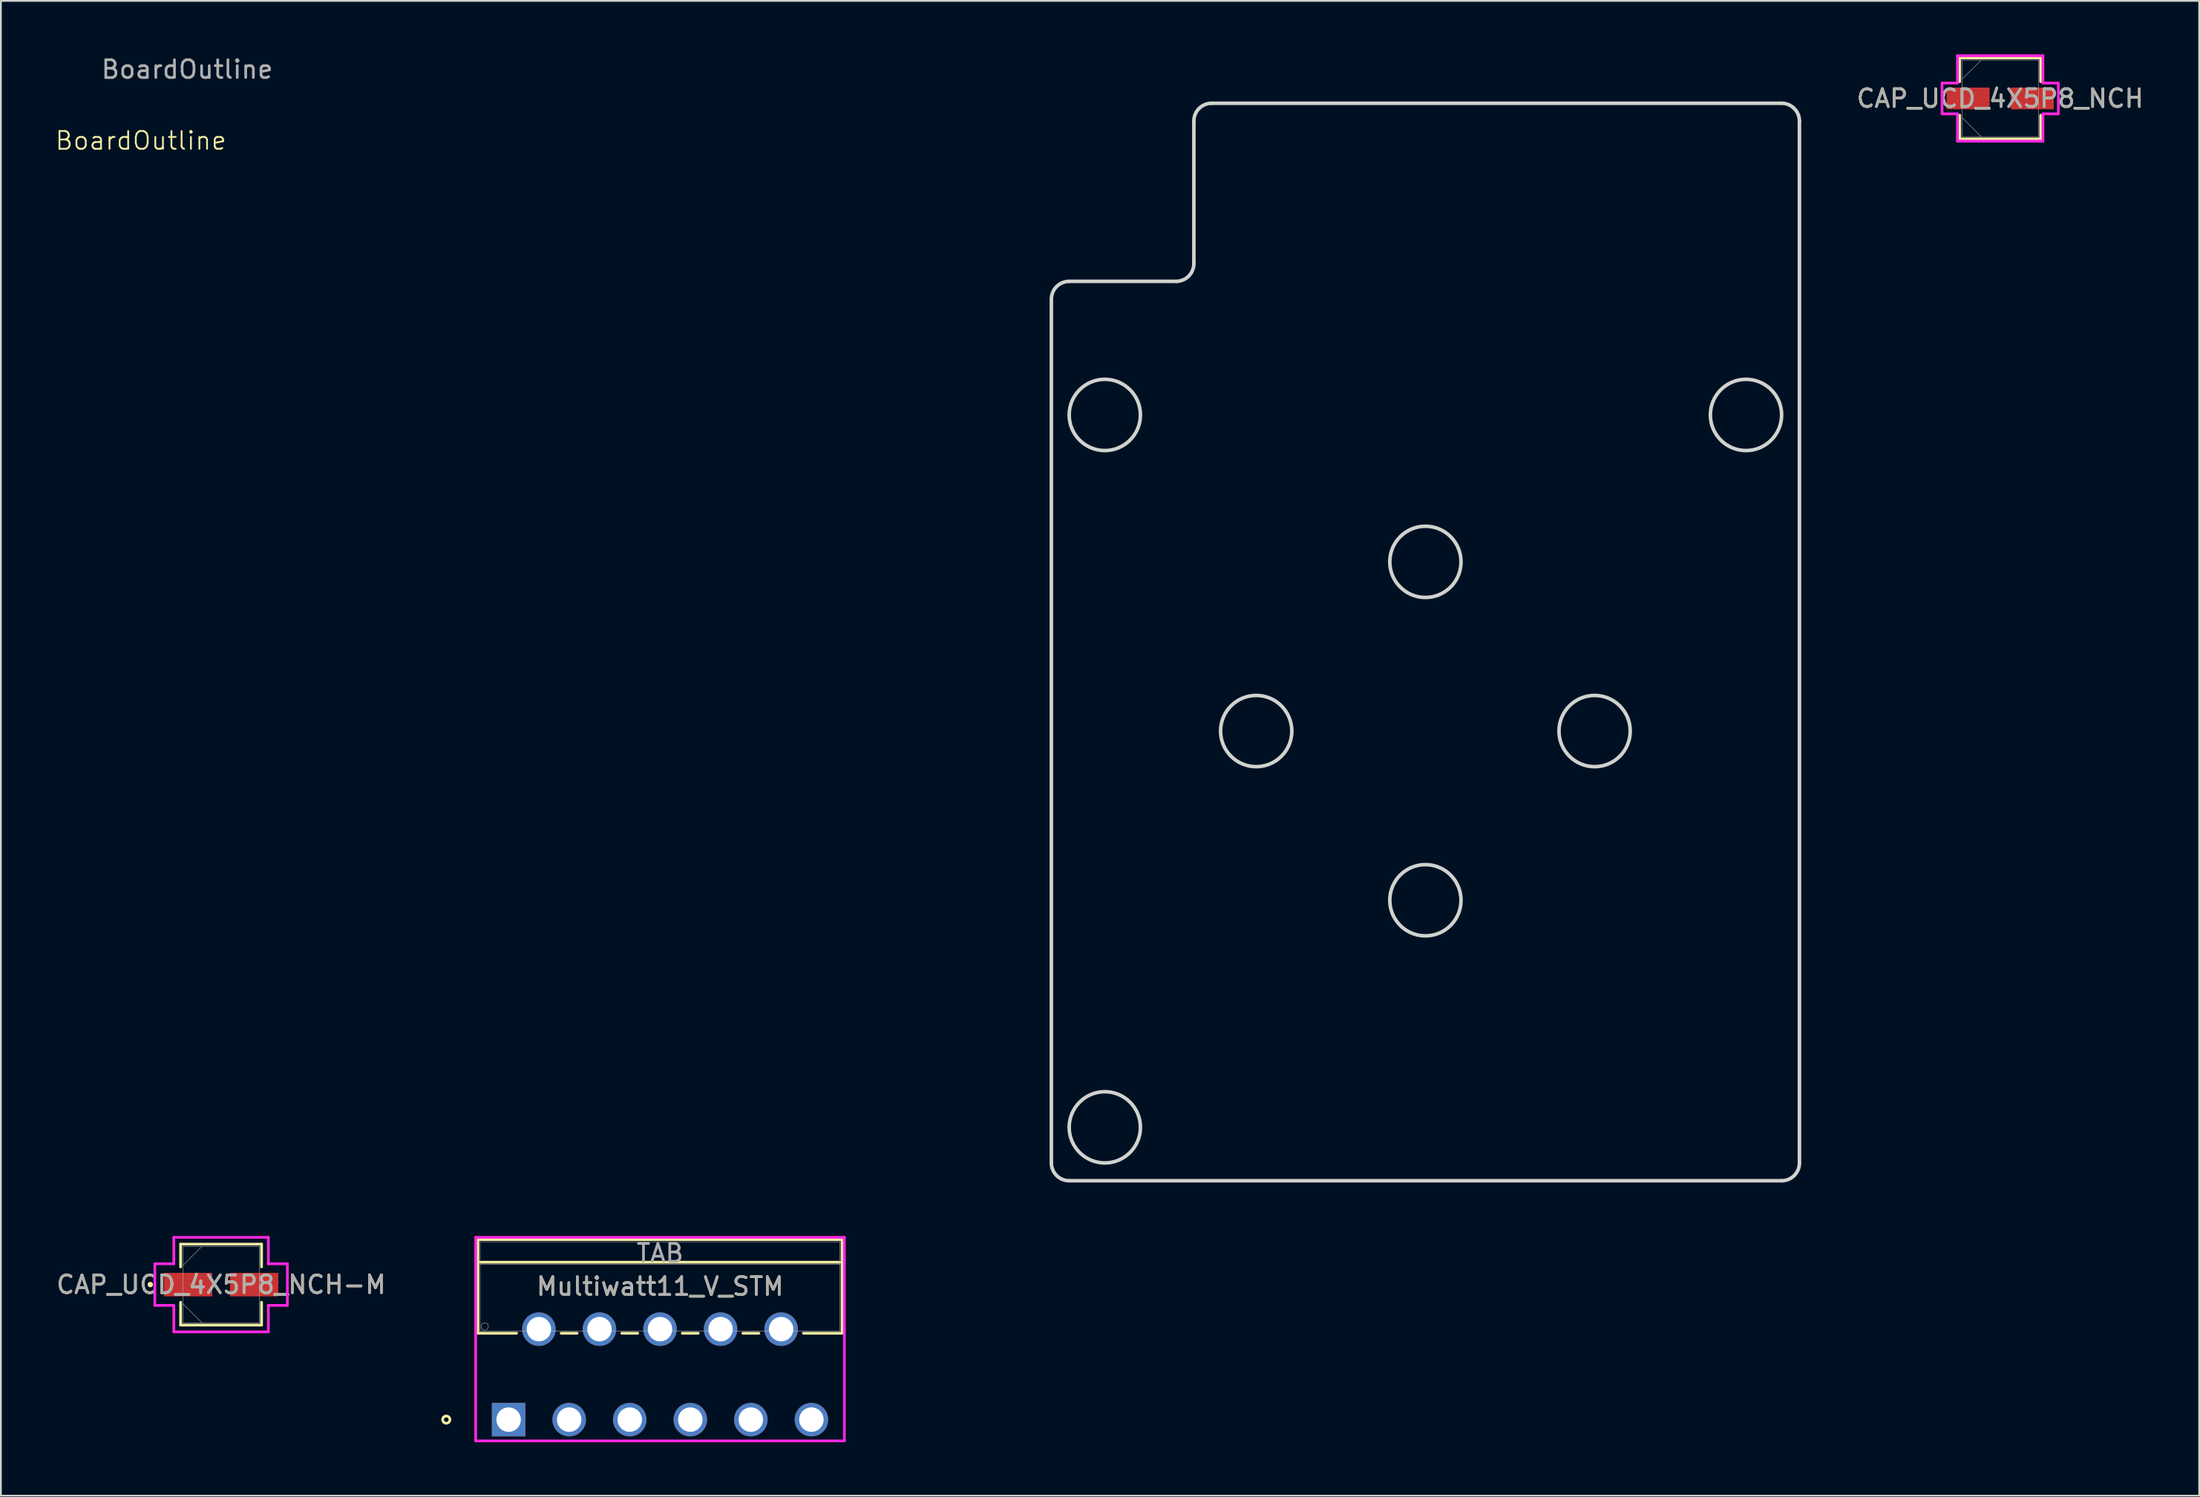
<source format=kicad_pcb>
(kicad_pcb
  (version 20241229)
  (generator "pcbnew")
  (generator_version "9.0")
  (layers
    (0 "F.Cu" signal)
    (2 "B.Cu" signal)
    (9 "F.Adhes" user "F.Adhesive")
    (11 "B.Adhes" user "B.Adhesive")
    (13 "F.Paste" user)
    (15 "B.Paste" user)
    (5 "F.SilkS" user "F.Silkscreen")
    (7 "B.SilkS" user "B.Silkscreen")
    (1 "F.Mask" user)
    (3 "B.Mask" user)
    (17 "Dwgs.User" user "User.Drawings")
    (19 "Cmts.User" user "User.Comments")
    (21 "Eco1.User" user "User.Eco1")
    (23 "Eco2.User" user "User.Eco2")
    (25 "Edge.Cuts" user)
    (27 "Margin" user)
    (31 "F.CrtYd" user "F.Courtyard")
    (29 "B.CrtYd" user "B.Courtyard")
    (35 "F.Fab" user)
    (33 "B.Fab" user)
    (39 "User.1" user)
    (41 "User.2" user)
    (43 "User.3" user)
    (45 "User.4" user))
  (footprint "BoardOutline"
    (layer "F.Cu")
    (at 76.98 37.998)
    (property "Reference" "BoardOutline" (at -72.12 -33.15 0) (unlocked yes) (layer "F.SilkS") (effects (font (size 1 1) (thickness 0.1))))
    (attr smd)
    (fp_line (start -21 -24.25) (end -21 24.25) (stroke (width 0.2) (type default)) (layer "Edge.Cuts"))
    (fp_line (start -20 -25.25) (end -14 -25.25) (stroke (width 0.2) (type default)) (layer "Edge.Cuts"))
    (fp_line (start -20 25.25) (end 20 25.25) (stroke (width 0.2) (type default)) (layer "Edge.Cuts"))
    (fp_line (start -13 -26.25) (end -13 -34.25) (stroke (width 0.2) (type default)) (layer "Edge.Cuts"))
    (fp_line (start -12 -35.25) (end 20 -35.25) (stroke (width 0.2) (type default)) (layer "Edge.Cuts"))
    (fp_line (start 21 -34.25) (end 21 24.25) (stroke (width 0.2) (type default)) (layer "Edge.Cuts"))
    (fp_arc (start -21 -24.250001) (mid -20.707107 -24.957107) (end -20.000002 -25.25) (stroke (width 0.2) (type default)) (layer "Edge.Cuts"))
    (fp_arc (start -20.000001 25.25) (mid -20.707107 24.957107) (end -21 24.250002) (stroke (width 0.2) (type default)) (layer "Edge.Cuts"))
    (fp_arc (start -13 -34.250001) (mid -12.707107 -34.957107) (end -12.000002 -35.25) (stroke (width 0.2) (type default)) (layer "Edge.Cuts"))
    (fp_arc (start -13 -26.25) (mid -13.292893 -25.542893) (end -13.999998 -25.25) (stroke (width 0.2) (type default)) (layer "Edge.Cuts"))
    (fp_arc (start 20 -35.25) (mid 20.707107 -34.957107) (end 21 -34.25) (stroke (width 0.2) (type default)) (layer "Edge.Cuts"))
    (fp_arc (start 21 24.25) (mid 20.707107 24.957107) (end 20 25.25) (stroke (width 0.2) (type default)) (layer "Edge.Cuts"))
    (fp_circle (center -18 -17.75) (end -16 -17.75) (stroke (width 0.2) (type default)) (fill no) (layer "Edge.Cuts"))
    (fp_circle (center -18 22.25) (end -16 22.25) (stroke (width 0.2) (type default)) (fill no) (layer "Edge.Cuts"))
    (fp_circle (center -9.5 0) (end -7.5 0) (stroke (width 0.2) (type default)) (fill no) (layer "Edge.Cuts"))
    (fp_circle (center 0 -9.5) (end 2 -9.5) (stroke (width 0.2) (type default)) (fill no) (layer "Edge.Cuts"))
    (fp_circle (center 0 9.5) (end 2 9.5) (stroke (width 0.2) (type default)) (fill no) (layer "Edge.Cuts"))
    (fp_circle (center 9.5 0) (end 11.5 0) (stroke (width 0.2) (type default)) (fill no) (layer "Edge.Cuts"))
    (fp_circle (center 18 -17.75) (end 20 -17.75) (stroke (width 0.2) (type default)) (fill no) (layer "Edge.Cuts"))
    (fp_text user "${REFERENCE}" (at -69.52 -37.15 0) (unlocked yes) (layer "F.Fab") (effects (font (size 1 1) (thickness 0.15)))))
  (footprint "CAP_UCD_4X5P8_NCH"
    (layer "F.Cu")
    (at 109.252 2.477)
    (property "Reference" "CAP_UCD_4X5P8_NCH" (at 0 0 0) (unlocked yes) (layer "F.SilkS") (effects (font (size 1 1) (thickness 0.15))))
    (attr smd)
    (fp_line (start -2.273 -2.273) (end -2.273 -0.942) (stroke (width 0.152) (type solid)) (layer "F.SilkS"))
    (fp_line (start -2.273 0.942) (end -2.273 2.273) (stroke (width 0.152) (type solid)) (layer "F.SilkS"))
    (fp_line (start -2.273 2.273) (end 2.273 2.273) (stroke (width 0.152) (type solid)) (layer "F.SilkS"))
    (fp_line (start 2.273 -2.273) (end -2.273 -2.273) (stroke (width 0.152) (type solid)) (layer "F.SilkS"))
    (fp_line (start 2.273 -0.942) (end 2.273 -2.273) (stroke (width 0.152) (type solid)) (layer "F.SilkS"))
    (fp_line (start 2.273 2.273) (end 2.273 0.942) (stroke (width 0.152) (type solid)) (layer "F.SilkS"))
    (fp_line (start -3.264 -0.864) (end -2.4 -0.864) (stroke (width 0.152) (type solid)) (layer "F.CrtYd"))
    (fp_line (start -3.264 0.864) (end -3.264 -0.864) (stroke (width 0.152) (type solid)) (layer "F.CrtYd"))
    (fp_line (start -2.4 -2.4) (end 2.4 -2.4) (stroke (width 0.152) (type solid)) (layer "F.CrtYd"))
    (fp_line (start -2.4 -0.864) (end -2.4 -2.4) (stroke (width 0.152) (type solid)) (layer "F.CrtYd"))
    (fp_line (start -2.4 0.864) (end -3.264 0.864) (stroke (width 0.152) (type solid)) (layer "F.CrtYd"))
    (fp_line (start -2.4 2.4) (end -2.4 0.864) (stroke (width 0.152) (type solid)) (layer "F.CrtYd"))
    (fp_line (start 2.4 -2.4) (end 2.4 -0.864) (stroke (width 0.152) (type solid)) (layer "F.CrtYd"))
    (fp_line (start 2.4 -0.864) (end 3.264 -0.864) (stroke (width 0.152) (type solid)) (layer "F.CrtYd"))
    (fp_line (start 2.4 0.864) (end 2.4 2.4) (stroke (width 0.152) (type solid)) (layer "F.CrtYd"))
    (fp_line (start 2.4 2.4) (end -2.4 2.4) (stroke (width 0.152) (type solid)) (layer "F.CrtYd"))
    (fp_line (start 3.264 -0.864) (end 3.264 0.864) (stroke (width 0.152) (type solid)) (layer "F.CrtYd"))
    (fp_line (start 3.264 0.864) (end 2.4 0.864) (stroke (width 0.152) (type solid)) (layer "F.CrtYd"))
    (fp_line (start -2.146 -2.146) (end -2.146 2.146) (stroke (width 0.025) (type solid)) (layer "F.Fab"))
    (fp_line (start -2.146 -1.073) (end -1.073 -2.146) (stroke (width 0.025) (type solid)) (layer "F.Fab"))
    (fp_line (start -2.146 1.073) (end -1.073 2.146) (stroke (width 0.025) (type solid)) (layer "F.Fab"))
    (fp_line (start -2.146 2.146) (end 2.146 2.146) (stroke (width 0.025) (type solid)) (layer "F.Fab"))
    (fp_line (start 2.146 -2.146) (end -2.146 -2.146) (stroke (width 0.025) (type solid)) (layer "F.Fab"))
    (fp_line (start 2.146 2.146) (end 2.146 -2.146) (stroke (width 0.025) (type solid)) (layer "F.Fab"))
    (fp_circle (center -1.638 0) (end -1.638 0) (stroke (width 0.025) (type solid)) (fill no) (layer "F.Fab"))
    (fp_text user "${REFERENCE}" (at 0 0 0) (unlocked yes) (layer "F.Fab") (effects (font (size 1 1) (thickness 0.15))))
    (pad "1" smd rect (at -1.803 0) (size 2.413 1.219) (layers "F.Cu" "F.Mask" "F.Paste"))
    (pad "2" smd rect (at 1.803 0) (size 2.413 1.219) (layers "F.Cu" "F.Mask" "F.Paste"))
    (zone (net_name "") (layer "F.Cu") (hatch full 0.508) (connect_pads) (min_thickness 0.254) (filled_areas_thickness no) (keepout (tracks not_allowed) (vias not_allowed) (pads allowed) (copperpour not_allowed) (footprints allowed)) (placement (enabled no)) (fill) (polygon (pts (xy 107.157 0.381) (xy 111.348 0.381) (xy 111.348 1.816) (xy 107.157 1.816))))
    (zone (net_name "") (layer "F.Cu") (hatch full 0.508) (connect_pads) (min_thickness 0.254) (filled_areas_thickness no) (keepout (tracks not_allowed) (vias not_allowed) (pads allowed) (copperpour not_allowed) (footprints allowed)) (placement (enabled no)) (fill) (polygon (pts (xy 107.157 3.137) (xy 111.348 3.137) (xy 111.348 4.572) (xy 107.157 4.572))))
    (zone (net_name "") (layer "F.Cu") (hatch full 0.508) (connect_pads) (min_thickness 0.254) (filled_areas_thickness no) (keepout (tracks not_allowed) (vias not_allowed) (pads allowed) (copperpour not_allowed) (footprints allowed)) (placement (enabled no)) (fill) (polygon (pts (xy 108.706 1.816) (xy 109.798 1.816) (xy 109.798 3.137) (xy 108.706 3.137)))))
  (footprint "Multiwatt11_V_STM"
    (layer "F.Cu")
    (at 25.507 76.661)
    (property "Reference" "Multiwatt11_V_STM" (at 8.5 -7.48 0) (unlocked yes) (layer "F.SilkS") (effects (font (size 1 1) (thickness 0.15))))
    (attr through_hole)
    (fp_line (start -1.723 -10.109) (end -1.723 -4.851) (stroke (width 0.152) (type solid)) (layer "F.SilkS"))
    (fp_line (start -1.723 -4.851) (end 0.448 -4.851) (stroke (width 0.152) (type solid)) (layer "F.SilkS"))
    (fp_line (start -1.596 -8.839) (end 18.597 -8.839) (stroke (width 0.152) (type solid)) (layer "F.SilkS"))
    (fp_line (start 2.952 -4.851) (end 3.848 -4.851) (stroke (width 0.152) (type solid)) (layer "F.SilkS"))
    (fp_line (start 6.352 -4.851) (end 7.248 -4.851) (stroke (width 0.152) (type solid)) (layer "F.SilkS"))
    (fp_line (start 9.752 -4.851) (end 10.648 -4.851) (stroke (width 0.152) (type solid)) (layer "F.SilkS"))
    (fp_line (start 13.152 -4.851) (end 14.048 -4.851) (stroke (width 0.152) (type solid)) (layer "F.SilkS"))
    (fp_line (start 16.552 -4.851) (end 18.724 -4.851) (stroke (width 0.152) (type solid)) (layer "F.SilkS"))
    (fp_line (start 18.724 -10.109) (end -1.723 -10.109) (stroke (width 0.152) (type solid)) (layer "F.SilkS"))
    (fp_line (start 18.724 -4.851) (end 18.724 -10.109) (stroke (width 0.152) (type solid)) (layer "F.SilkS"))
    (fp_circle (center -3.501 0) (end -3.298 0) (stroke (width 0.152) (type solid)) (fill no) (layer "F.SilkS"))
    (fp_line (start -1.85 -10.236) (end -1.85 1.194) (stroke (width 0.152) (type solid)) (layer "F.CrtYd"))
    (fp_line (start -1.85 1.194) (end 18.851 1.194) (stroke (width 0.152) (type solid)) (layer "F.CrtYd"))
    (fp_line (start 18.851 -10.236) (end -1.85 -10.236) (stroke (width 0.152) (type solid)) (layer "F.CrtYd"))
    (fp_line (start 18.851 1.194) (end 18.851 -10.236) (stroke (width 0.152) (type solid)) (layer "F.CrtYd"))
    (fp_line (start -1.596 -9.982) (end -1.596 -4.978) (stroke (width 0.025) (type solid)) (layer "F.Fab"))
    (fp_line (start -1.596 -8.712) (end 18.597 -8.712) (stroke (width 0.025) (type solid)) (layer "F.Fab"))
    (fp_line (start -1.596 -4.978) (end 18.597 -4.978) (stroke (width 0.025) (type solid)) (layer "F.Fab"))
    (fp_line (start 18.597 -9.982) (end -1.596 -9.982) (stroke (width 0.025) (type solid)) (layer "F.Fab"))
    (fp_line (start 18.597 -4.978) (end 18.597 -9.982) (stroke (width 0.025) (type solid)) (layer "F.Fab"))
    (fp_circle (center -1.342 -5.232) (end -1.139 -5.232) (stroke (width 0.025) (type solid)) (fill no) (layer "F.Fab"))
    (fp_text user "${REFERENCE}" (at 8.5 -7.48 0) (unlocked yes) (layer "F.Fab") (effects (font (size 1 1) (thickness 0.15))))
    (fp_text user "TAB" (at 8.5 -9.347 0) (unlocked yes) (layer "F.Fab") (effects (font (size 1 1) (thickness 0.15))))
    (pad "1" thru_hole rect (at 0 0) (size 1.88 1.88) (drill 1.372) (layers "*.Cu" "*.Mask"))
    (pad "2" thru_hole circle (at 1.7 -5.08) (size 1.88 1.88) (drill 1.372) (layers "*.Cu" "*.Mask"))
    (pad "3" thru_hole circle (at 3.4 0) (size 1.88 1.88) (drill 1.372) (layers "*.Cu" "*.Mask"))
    (pad "4" thru_hole circle (at 5.1 -5.08) (size 1.88 1.88) (drill 1.372) (layers "*.Cu" "*.Mask"))
    (pad "5" thru_hole circle (at 6.8 0) (size 1.88 1.88) (drill 1.372) (layers "*.Cu" "*.Mask"))
    (pad "6" thru_hole circle (at 8.5 -5.08) (size 1.88 1.88) (drill 1.372) (layers "*.Cu" "*.Mask"))
    (pad "7" thru_hole circle (at 10.2 0) (size 1.88 1.88) (drill 1.372) (layers "*.Cu" "*.Mask"))
    (pad "8" thru_hole circle (at 11.9 -5.08) (size 1.88 1.88) (drill 1.372) (layers "*.Cu" "*.Mask"))
    (pad "9" thru_hole circle (at 13.6 0) (size 1.88 1.88) (drill 1.372) (layers "*.Cu" "*.Mask"))
    (pad "10" thru_hole circle (at 15.3 -5.08) (size 1.88 1.88) (drill 1.372) (layers "*.Cu" "*.Mask"))
    (pad "11" thru_hole circle (at 17 0) (size 1.88 1.88) (drill 1.372) (layers "*.Cu" "*.Mask")))
  (footprint "CAP_UCD_4X5P8_NCH-M"
    (layer "F.Cu")
    (at 9.363 69.079)
    (property "Reference" "CAP_UCD_4X5P8_NCH-M" (at 0 0 0) (unlocked yes) (layer "F.SilkS") (effects (font (size 1 1) (thickness 0.15))))
    (attr smd)
    (fp_line (start -2.273 -2.273) (end -2.273 -0.993) (stroke (width 0.152) (type solid)) (layer "F.SilkS"))
    (fp_line (start -2.273 0.993) (end -2.273 2.273) (stroke (width 0.152) (type solid)) (layer "F.SilkS"))
    (fp_line (start -2.273 2.273) (end 2.273 2.273) (stroke (width 0.152) (type solid)) (layer "F.SilkS"))
    (fp_line (start 2.273 -2.273) (end -2.273 -2.273) (stroke (width 0.152) (type solid)) (layer "F.SilkS"))
    (fp_line (start 2.273 -0.993) (end 2.273 -2.273) (stroke (width 0.152) (type solid)) (layer "F.SilkS"))
    (fp_line (start 2.273 2.273) (end 2.273 0.993) (stroke (width 0.152) (type solid)) (layer "F.SilkS"))
    (fp_circle (center -3.975 0) (end -3.899 0) (stroke (width 0.152) (type solid)) (fill no) (layer "F.SilkS"))
    (fp_line (start -3.721 -1.168) (end -2.654 -1.168) (stroke (width 0.152) (type solid)) (layer "F.CrtYd"))
    (fp_line (start -3.721 1.168) (end -3.721 -1.168) (stroke (width 0.152) (type solid)) (layer "F.CrtYd"))
    (fp_line (start -2.654 -2.654) (end 2.654 -2.654) (stroke (width 0.152) (type solid)) (layer "F.CrtYd"))
    (fp_line (start -2.654 -1.168) (end -2.654 -2.654) (stroke (width 0.152) (type solid)) (layer "F.CrtYd"))
    (fp_line (start -2.654 1.168) (end -3.721 1.168) (stroke (width 0.152) (type solid)) (layer "F.CrtYd"))
    (fp_line (start -2.654 2.654) (end -2.654 1.168) (stroke (width 0.152) (type solid)) (layer "F.CrtYd"))
    (fp_line (start 2.654 -2.654) (end 2.654 -1.168) (stroke (width 0.152) (type solid)) (layer "F.CrtYd"))
    (fp_line (start 2.654 -1.168) (end 3.721 -1.168) (stroke (width 0.152) (type solid)) (layer "F.CrtYd"))
    (fp_line (start 2.654 1.168) (end 2.654 2.654) (stroke (width 0.152) (type solid)) (layer "F.CrtYd"))
    (fp_line (start 2.654 2.654) (end -2.654 2.654) (stroke (width 0.152) (type solid)) (layer "F.CrtYd"))
    (fp_line (start 3.721 -1.168) (end 3.721 1.168) (stroke (width 0.152) (type solid)) (layer "F.CrtYd"))
    (fp_line (start 3.721 1.168) (end 2.654 1.168) (stroke (width 0.152) (type solid)) (layer "F.CrtYd"))
    (fp_line (start -2.146 -2.146) (end -2.146 2.146) (stroke (width 0.025) (type solid)) (layer "F.Fab"))
    (fp_line (start -2.146 -1.073) (end -1.073 -2.146) (stroke (width 0.025) (type solid)) (layer "F.Fab"))
    (fp_line (start -2.146 1.073) (end -1.073 2.146) (stroke (width 0.025) (type solid)) (layer "F.Fab"))
    (fp_line (start -2.146 2.146) (end 2.146 2.146) (stroke (width 0.025) (type solid)) (layer "F.Fab"))
    (fp_line (start 2.146 -2.146) (end -2.146 -2.146) (stroke (width 0.025) (type solid)) (layer "F.Fab"))
    (fp_line (start 2.146 2.146) (end 2.146 -2.146) (stroke (width 0.025) (type solid)) (layer "F.Fab"))
    (fp_circle (center -1.638 0) (end -1.562 0) (stroke (width 0.025) (type solid)) (fill no) (layer "F.Fab"))
    (fp_text user "${REFERENCE}" (at 0 0 0) (unlocked yes) (layer "F.Fab") (effects (font (size 1 1) (thickness 0.15))))
    (pad "1" smd rect (at -1.854 0) (size 2.718 1.321) (layers "F.Cu" "F.Mask" "F.Paste"))
    (pad "2" smd rect (at 1.854 0) (size 2.718 1.321) (layers "F.Cu" "F.Mask" "F.Paste"))
    (zone (net_name "") (layer "F.Cu") (hatch full 0.508) (connect_pads) (min_thickness 0.254) (filled_areas_thickness no) (keepout (tracks not_allowed) (vias not_allowed) (pads allowed) (copperpour not_allowed) (footprints allowed)) (placement (enabled no)) (fill) (polygon (pts (xy 7.268 66.983) (xy 11.459 66.983) (xy 11.459 68.368) (xy 7.268 68.368))))
    (zone (net_name "") (layer "F.Cu") (hatch full 0.508) (connect_pads) (min_thickness 0.254) (filled_areas_thickness no) (keepout (tracks not_allowed) (vias not_allowed) (pads allowed) (copperpour not_allowed) (footprints allowed)) (placement (enabled no)) (fill) (polygon (pts (xy 7.268 69.79) (xy 11.459 69.79) (xy 11.459 71.174) (xy 7.268 71.174))))
    (zone (net_name "") (layer "F.Cu") (hatch full 0.508) (connect_pads) (min_thickness 0.254) (filled_areas_thickness no) (keepout (tracks not_allowed) (vias not_allowed) (pads allowed) (copperpour not_allowed) (footprints allowed)) (placement (enabled no)) (fill) (polygon (pts (xy 8.919 68.368) (xy 9.808 68.368) (xy 9.808 69.79) (xy 8.919 69.79)))))
  (gr_rect
    (start -3 -3)
    (end 120.425 80.931)
    (stroke (width 0.1) (type default))
    (fill no)
    (layer "Edge.Cuts")))
</source>
